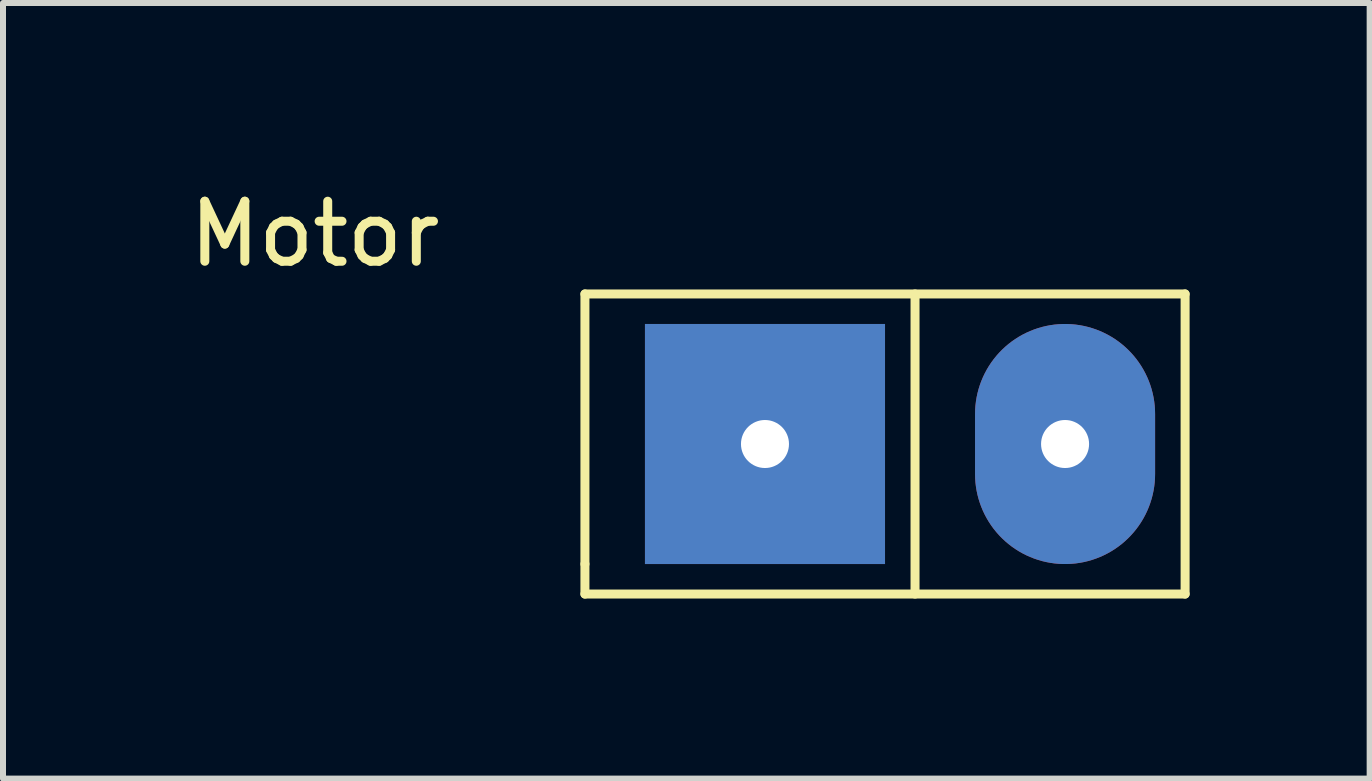
<source format=kicad_pcb>
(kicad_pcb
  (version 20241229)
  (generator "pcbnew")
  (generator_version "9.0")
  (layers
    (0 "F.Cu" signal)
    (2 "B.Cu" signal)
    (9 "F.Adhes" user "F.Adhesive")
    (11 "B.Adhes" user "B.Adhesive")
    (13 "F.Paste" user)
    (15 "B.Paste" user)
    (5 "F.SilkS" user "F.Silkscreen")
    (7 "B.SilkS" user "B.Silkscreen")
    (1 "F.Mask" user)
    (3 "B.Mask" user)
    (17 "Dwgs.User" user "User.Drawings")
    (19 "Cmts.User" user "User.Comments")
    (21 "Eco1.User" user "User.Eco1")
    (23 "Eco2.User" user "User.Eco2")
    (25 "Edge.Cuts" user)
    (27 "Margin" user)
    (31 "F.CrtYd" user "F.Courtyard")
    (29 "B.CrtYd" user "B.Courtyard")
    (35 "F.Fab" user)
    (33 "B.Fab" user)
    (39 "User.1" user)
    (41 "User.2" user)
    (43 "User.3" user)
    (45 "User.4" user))
  (footprint "Motor"
    (layer "F.Cu")
    (at 7.696 6.348)
    (property "Reference" "Motor" (at -5.5 -5.5 0) (layer "F.SilkS") (effects (font (size 1 1) (thickness 0.15))))
    (attr through_hole)
    (fp_line (start -1 -4.5) (end 9 -4.5) (stroke (width 0.15) (type solid)) (layer "F.SilkS"))
    (fp_line (start -1 0) (end -1 -4.5) (stroke (width 0.15) (type solid)) (layer "F.SilkS"))
    (fp_line (start -1 0.5) (end -1 0) (stroke (width 0.15) (type solid)) (layer "F.SilkS"))
    (fp_line (start 4.5 -4.5) (end 4.5 0.5) (stroke (width 0.15) (type solid)) (layer "F.SilkS"))
    (fp_line (start 9 -4.5) (end 9 0.5) (stroke (width 0.15) (type solid)) (layer "F.SilkS"))
    (fp_line (start 9 0.5) (end -1 0.5) (stroke (width 0.15) (type solid)) (layer "F.SilkS"))
    (pad "1" thru_hole rect (at 2 -2) (size 4 4) (drill 0.8) (layers "*.Cu" "*.Mask"))
    (pad "2" thru_hole oval (at 7 -2) (size 3 4) (drill 0.8) (layers "*.Cu" "*.Mask")))
  (gr_rect
    (start -3 -3)
    (end 19.771 9.923)
    (stroke (width 0.1) (type default))
    (fill no)
    (layer "Edge.Cuts")))
</source>
